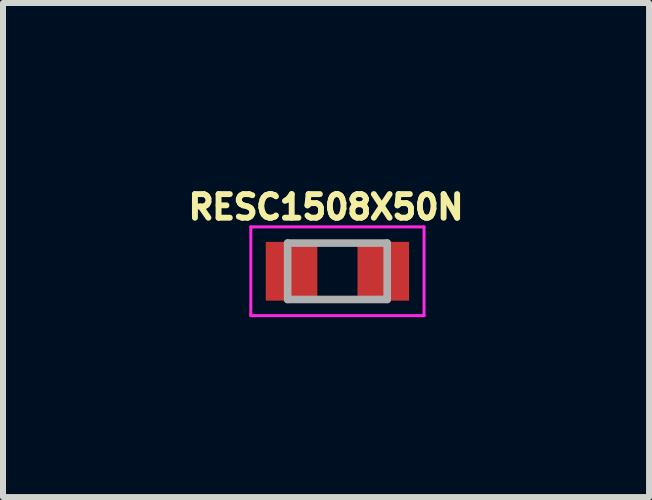
<source format=kicad_pcb>
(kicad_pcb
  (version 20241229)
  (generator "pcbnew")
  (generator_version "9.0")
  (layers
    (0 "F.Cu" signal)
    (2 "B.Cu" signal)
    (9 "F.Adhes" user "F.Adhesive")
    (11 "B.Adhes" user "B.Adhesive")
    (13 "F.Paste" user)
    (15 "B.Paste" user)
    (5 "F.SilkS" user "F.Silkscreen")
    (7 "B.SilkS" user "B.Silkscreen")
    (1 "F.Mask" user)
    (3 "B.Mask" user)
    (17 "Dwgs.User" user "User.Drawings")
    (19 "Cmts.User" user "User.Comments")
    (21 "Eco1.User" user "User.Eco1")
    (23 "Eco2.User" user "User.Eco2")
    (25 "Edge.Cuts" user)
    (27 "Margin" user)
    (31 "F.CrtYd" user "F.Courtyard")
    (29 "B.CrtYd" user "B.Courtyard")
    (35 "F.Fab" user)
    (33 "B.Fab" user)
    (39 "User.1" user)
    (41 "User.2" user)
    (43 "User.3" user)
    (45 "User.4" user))
  (footprint "RESC1508X50N"
    (layer "F.Cu")
    (at 2.576 1.473)
    (property "Reference" "RESC1508X50N" (at -0.19 -1.07 0) (layer "F.SilkS") (effects (font (size 0.394 0.394) (thickness 0.15))))
    (attr through_hole)
    (fp_line (start -1.444 -0.74) (end 1.444 -0.74) (stroke (width 0.05) (type solid)) (layer "F.CrtYd"))
    (fp_line (start -1.444 0.74) (end -1.444 -0.74) (stroke (width 0.05) (type solid)) (layer "F.CrtYd"))
    (fp_line (start -1.444 0.74) (end 1.444 0.74) (stroke (width 0.05) (type solid)) (layer "F.CrtYd"))
    (fp_line (start 1.444 0.74) (end 1.444 -0.74) (stroke (width 0.05) (type solid)) (layer "F.CrtYd"))
    (fp_line (start -0.83 0.47) (end -0.83 -0.47) (stroke (width 0.127) (type solid)) (layer "F.Fab"))
    (fp_line (start 0.83 -0.47) (end -0.83 -0.47) (stroke (width 0.127) (type solid)) (layer "F.Fab"))
    (fp_line (start 0.83 0.47) (end -0.83 0.47) (stroke (width 0.127) (type solid)) (layer "F.Fab"))
    (fp_line (start 0.83 0.47) (end 0.83 -0.47) (stroke (width 0.127) (type solid)) (layer "F.Fab"))
    (pad "1" smd rect (at -0.765 0) (size 0.86 0.98) (layers "F.Cu" "F.Mask" "F.Paste"))
    (pad "2" smd rect (at 0.765 0) (size 0.86 0.98) (layers "F.Cu" "F.Mask" "F.Paste")))
  (gr_rect
    (start -3 -3)
    (end 7.772 5.238)
    (stroke (width 0.1) (type default))
    (fill no)
    (layer "Edge.Cuts")))
</source>
